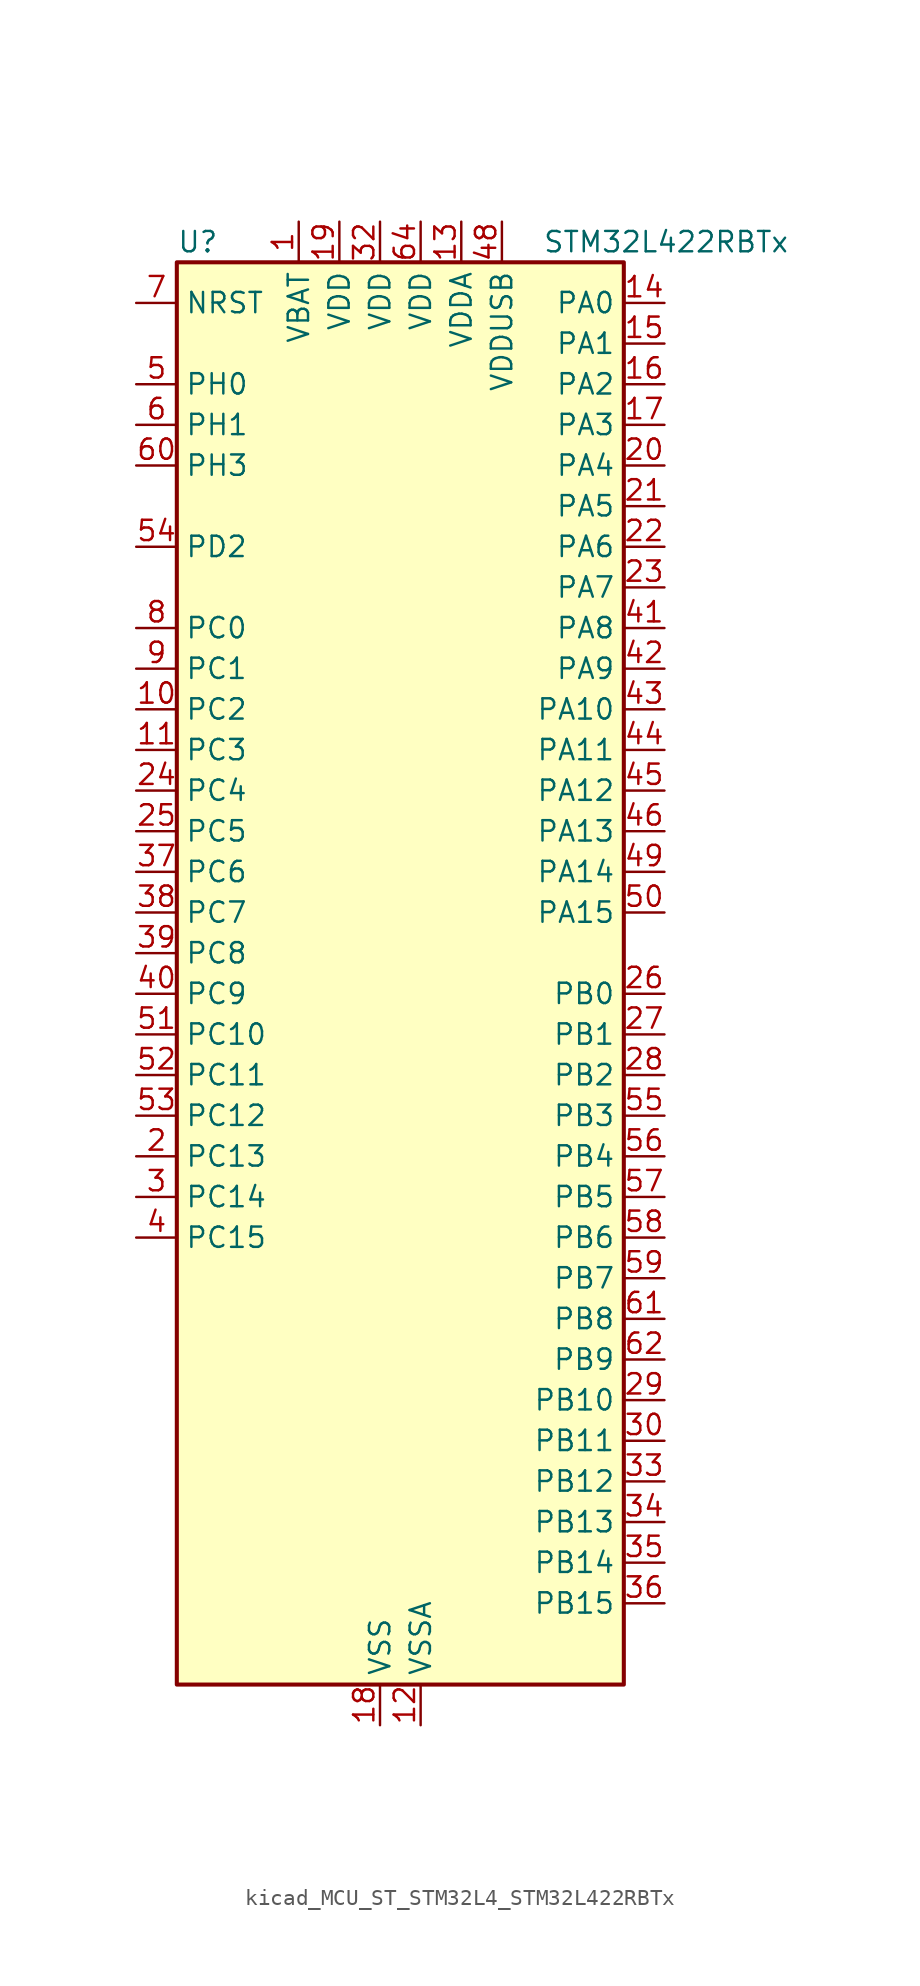
<source format=kicad_sym>
(kicad_symbol_lib
  (version 20220914)
  (generator kicad_symbol_editor)
  (symbol "kicad_MCU_ST_STM32L4_STM32L422RBTx"
    (property "Reference" "U"
      (at -12.7 46.99 0)
      (effects (font (size 1.27 1.27)) (justify left)))
    (property "Value" "STM32L422RBTx"
      (at 10.16 46.99 0)
      (effects (font (size 1.27 1.27)) (justify left)))
    (property "ki_locked" ""
      (at 0 0 0)
      (effects (font (size 1.27 1.27))))
    (symbol "kicad_MCU_ST_STM32L4_STM32L422RBTx_0_1"
      (rectangle (start -12.7 -43.18) (end 15.24 45.72) (stroke (width 0.254) (type default)) (fill (type background))))
    (symbol "kicad_MCU_ST_STM32L4_STM32L422RBTx_1_1"
      (pin power_in line (at -5.08 48.26 270) (length 2.54) (name "VBAT" (effects (font (size 1.27 1.27)))) (number "1" (effects (font (size 1.27 1.27)))))
      (pin bidirectional line (at -15.24 17.78 0) (length 2.54) (name "PC2" (effects (font (size 1.27 1.27)))) (number "10" (effects (font (size 1.27 1.27)))) (alternate "ADC1_IN3" bidirectional line) (alternate "ADC2_IN3" bidirectional line) (alternate "LPTIM1_IN2" bidirectional line) (alternate "SPI2_MISO" bidirectional line))
      (pin bidirectional line (at -15.24 15.24 0) (length 2.54) (name "PC3" (effects (font (size 1.27 1.27)))) (number "11" (effects (font (size 1.27 1.27)))) (alternate "ADC1_IN4" bidirectional line) (alternate "ADC2_IN4" bidirectional line) (alternate "LPTIM1_ETR" bidirectional line) (alternate "LPTIM2_ETR" bidirectional line) (alternate "SPI2_MOSI" bidirectional line))
      (pin power_in line (at 2.54 -45.72 90) (length 2.54) (name "VSSA" (effects (font (size 1.27 1.27)))) (number "12" (effects (font (size 1.27 1.27)))))
      (pin power_in line (at 5.08 48.26 270) (length 2.54) (name "VDDA" (effects (font (size 1.27 1.27)))) (number "13" (effects (font (size 1.27 1.27)))))
      (pin bidirectional line (at 17.78 43.18 180) (length 2.54) (name "PA0" (effects (font (size 1.27 1.27)))) (number "14" (effects (font (size 1.27 1.27)))) (alternate "ADC1_IN5" bidirectional line) (alternate "COMP1_INM" bidirectional line) (alternate "COMP1_OUT" bidirectional line) (alternate "OPAMP1_VINP" bidirectional line) (alternate "RTC_TAMP2" bidirectional line) (alternate "SYS_WKUP1" bidirectional line) (alternate "TIM2_CH1" bidirectional line) (alternate "TIM2_ETR" bidirectional line) (alternate "USART2_CTS" bidirectional line))
      (pin bidirectional line (at 17.78 40.64 180) (length 2.54) (name "PA1" (effects (font (size 1.27 1.27)))) (number "15" (effects (font (size 1.27 1.27)))) (alternate "ADC1_IN6" bidirectional line) (alternate "COMP1_INP" bidirectional line) (alternate "I2C1_SMBA" bidirectional line) (alternate "OPAMP1_VINM" bidirectional line) (alternate "SPI1_SCK" bidirectional line) (alternate "TIM15_CH1N" bidirectional line) (alternate "TIM2_CH2" bidirectional line) (alternate "USART2_DE" bidirectional line) (alternate "USART2_RTS" bidirectional line))
      (pin bidirectional line (at 17.78 38.1 180) (length 2.54) (name "PA2" (effects (font (size 1.27 1.27)))) (number "16" (effects (font (size 1.27 1.27)))) (alternate "ADC1_IN7" bidirectional line) (alternate "ADC2_IN7" bidirectional line) (alternate "LPUART1_TX" bidirectional line) (alternate "QUADSPI_BK1_NCS" bidirectional line) (alternate "RCC_LSCO" bidirectional line) (alternate "SYS_WKUP4" bidirectional line) (alternate "TIM15_CH1" bidirectional line) (alternate "TIM2_CH3" bidirectional line) (alternate "USART2_TX" bidirectional line))
      (pin bidirectional line (at 17.78 35.56 180) (length 2.54) (name "PA3" (effects (font (size 1.27 1.27)))) (number "17" (effects (font (size 1.27 1.27)))) (alternate "ADC1_IN8" bidirectional line) (alternate "ADC2_IN8" bidirectional line) (alternate "LPUART1_RX" bidirectional line) (alternate "OPAMP1_VOUT" bidirectional line) (alternate "QUADSPI_CLK" bidirectional line) (alternate "TIM15_CH2" bidirectional line) (alternate "TIM2_CH4" bidirectional line) (alternate "USART2_RX" bidirectional line))
      (pin power_in line (at 0 -45.72 90) (length 2.54) (name "VSS" (effects (font (size 1.27 1.27)))) (number "18" (effects (font (size 1.27 1.27)))))
      (pin power_in line (at -2.54 48.26 270) (length 2.54) (name "VDD" (effects (font (size 1.27 1.27)))) (number "19" (effects (font (size 1.27 1.27)))))
      (pin bidirectional line (at -15.24 -10.16 0) (length 2.54) (name "PC13" (effects (font (size 1.27 1.27)))) (number "2" (effects (font (size 1.27 1.27)))) (alternate "RTC_OUT_ALARM" bidirectional line) (alternate "RTC_OUT_CALIB" bidirectional line) (alternate "RTC_TAMP1" bidirectional line) (alternate "RTC_TS" bidirectional line) (alternate "SYS_WKUP2" bidirectional line))
      (pin bidirectional line (at 17.78 33.02 180) (length 2.54) (name "PA4" (effects (font (size 1.27 1.27)))) (number "20" (effects (font (size 1.27 1.27)))) (alternate "ADC1_IN9" bidirectional line) (alternate "ADC2_IN9" bidirectional line) (alternate "COMP1_INM" bidirectional line) (alternate "LPTIM2_OUT" bidirectional line) (alternate "SPI1_NSS" bidirectional line) (alternate "USART2_CK" bidirectional line))
      (pin bidirectional line (at 17.78 30.48 180) (length 2.54) (name "PA5" (effects (font (size 1.27 1.27)))) (number "21" (effects (font (size 1.27 1.27)))) (alternate "ADC1_IN10" bidirectional line) (alternate "ADC2_IN10" bidirectional line) (alternate "COMP1_INM" bidirectional line) (alternate "LPTIM2_ETR" bidirectional line) (alternate "SPI1_SCK" bidirectional line) (alternate "TIM2_CH1" bidirectional line) (alternate "TIM2_ETR" bidirectional line))
      (pin bidirectional line (at 17.78 27.94 180) (length 2.54) (name "PA6" (effects (font (size 1.27 1.27)))) (number "22" (effects (font (size 1.27 1.27)))) (alternate "ADC1_IN11" bidirectional line) (alternate "ADC2_IN11" bidirectional line) (alternate "COMP1_OUT" bidirectional line) (alternate "LPUART1_CTS" bidirectional line) (alternate "QUADSPI_BK1_IO3" bidirectional line) (alternate "SPI1_MISO" bidirectional line) (alternate "TIM16_CH1" bidirectional line) (alternate "TIM1_BKIN" bidirectional line) (alternate "USART3_CTS" bidirectional line))
      (pin bidirectional line (at 17.78 25.4 180) (length 2.54) (name "PA7" (effects (font (size 1.27 1.27)))) (number "23" (effects (font (size 1.27 1.27)))) (alternate "ADC1_IN12" bidirectional line) (alternate "ADC2_IN12" bidirectional line) (alternate "I2C3_SCL" bidirectional line) (alternate "QUADSPI_BK1_IO2" bidirectional line) (alternate "SPI1_MOSI" bidirectional line) (alternate "TIM1_CH1N" bidirectional line))
      (pin bidirectional line (at -15.24 12.7 0) (length 2.54) (name "PC4" (effects (font (size 1.27 1.27)))) (number "24" (effects (font (size 1.27 1.27)))) (alternate "ADC1_IN13" bidirectional line) (alternate "ADC2_IN13" bidirectional line) (alternate "COMP1_INM" bidirectional line) (alternate "USART3_TX" bidirectional line))
      (pin bidirectional line (at -15.24 10.16 0) (length 2.54) (name "PC5" (effects (font (size 1.27 1.27)))) (number "25" (effects (font (size 1.27 1.27)))) (alternate "ADC1_IN14" bidirectional line) (alternate "ADC2_IN14" bidirectional line) (alternate "COMP1_INP" bidirectional line) (alternate "SYS_WKUP5" bidirectional line) (alternate "USART3_RX" bidirectional line))
      (pin bidirectional line (at 17.78 0 180) (length 2.54) (name "PB0" (effects (font (size 1.27 1.27)))) (number "26" (effects (font (size 1.27 1.27)))) (alternate "ADC1_IN15" bidirectional line) (alternate "ADC2_IN15" bidirectional line) (alternate "COMP1_OUT" bidirectional line) (alternate "QUADSPI_BK1_IO1" bidirectional line) (alternate "SPI1_NSS" bidirectional line) (alternate "SYS_TRACED0" bidirectional line) (alternate "TIM1_CH2N" bidirectional line) (alternate "USART3_CK" bidirectional line))
      (pin bidirectional line (at 17.78 -2.54 180) (length 2.54) (name "PB1" (effects (font (size 1.27 1.27)))) (number "27" (effects (font (size 1.27 1.27)))) (alternate "ADC1_IN16" bidirectional line) (alternate "ADC2_IN16" bidirectional line) (alternate "COMP1_INM" bidirectional line) (alternate "LPTIM2_IN1" bidirectional line) (alternate "LPUART1_DE" bidirectional line) (alternate "LPUART1_RTS" bidirectional line) (alternate "QUADSPI_BK1_IO0" bidirectional line) (alternate "SYS_TRACED1" bidirectional line) (alternate "TIM1_CH3N" bidirectional line) (alternate "USART3_DE" bidirectional line) (alternate "USART3_RTS" bidirectional line))
      (pin bidirectional line (at 17.78 -5.08 180) (length 2.54) (name "PB2" (effects (font (size 1.27 1.27)))) (number "28" (effects (font (size 1.27 1.27)))) (alternate "COMP1_INP" bidirectional line) (alternate "I2C3_SMBA" bidirectional line) (alternate "LPTIM1_OUT" bidirectional line) (alternate "RTC_OUT_ALARM" bidirectional line) (alternate "RTC_OUT_CALIB" bidirectional line))
      (pin bidirectional line (at 17.78 -25.4 180) (length 2.54) (name "PB10" (effects (font (size 1.27 1.27)))) (number "29" (effects (font (size 1.27 1.27)))) (alternate "COMP1_OUT" bidirectional line) (alternate "I2C2_SCL" bidirectional line) (alternate "LPUART1_RX" bidirectional line) (alternate "QUADSPI_CLK" bidirectional line) (alternate "SPI2_SCK" bidirectional line) (alternate "TIM2_CH3" bidirectional line) (alternate "TSC_SYNC" bidirectional line) (alternate "USART3_TX" bidirectional line))
      (pin bidirectional line (at -15.24 -12.7 0) (length 2.54) (name "PC14" (effects (font (size 1.27 1.27)))) (number "3" (effects (font (size 1.27 1.27)))) (alternate "RCC_OSC32_IN" bidirectional line))
      (pin bidirectional line (at 17.78 -27.94 180) (length 2.54) (name "PB11" (effects (font (size 1.27 1.27)))) (number "30" (effects (font (size 1.27 1.27)))) (alternate "ADC1_EXTI11" bidirectional line) (alternate "ADC2_EXTI11" bidirectional line) (alternate "I2C2_SDA" bidirectional line) (alternate "LPUART1_TX" bidirectional line) (alternate "QUADSPI_BK1_NCS" bidirectional line) (alternate "TIM2_CH4" bidirectional line) (alternate "USART3_RX" bidirectional line))
      (pin passive line (at 0 -45.72 90) (length 2.54) hide (name "VSS" (effects (font (size 1.27 1.27)))) (number "31" (effects (font (size 1.27 1.27)))))
      (pin power_in line (at 0 48.26 270) (length 2.54) (name "VDD" (effects (font (size 1.27 1.27)))) (number "32" (effects (font (size 1.27 1.27)))))
      (pin bidirectional line (at 17.78 -30.48 180) (length 2.54) (name "PB12" (effects (font (size 1.27 1.27)))) (number "33" (effects (font (size 1.27 1.27)))) (alternate "I2C2_SMBA" bidirectional line) (alternate "LPUART1_DE" bidirectional line) (alternate "LPUART1_RTS" bidirectional line) (alternate "SPI2_NSS" bidirectional line) (alternate "TIM15_BKIN" bidirectional line) (alternate "TIM1_BKIN" bidirectional line) (alternate "TSC_G1_IO1" bidirectional line) (alternate "USART3_CK" bidirectional line))
      (pin bidirectional line (at 17.78 -33.02 180) (length 2.54) (name "PB13" (effects (font (size 1.27 1.27)))) (number "34" (effects (font (size 1.27 1.27)))) (alternate "I2C2_SCL" bidirectional line) (alternate "LPUART1_CTS" bidirectional line) (alternate "SPI2_SCK" bidirectional line) (alternate "TIM15_CH1N" bidirectional line) (alternate "TIM1_CH1N" bidirectional line) (alternate "TSC_G1_IO2" bidirectional line) (alternate "USART3_CTS" bidirectional line))
      (pin bidirectional line (at 17.78 -35.56 180) (length 2.54) (name "PB14" (effects (font (size 1.27 1.27)))) (number "35" (effects (font (size 1.27 1.27)))) (alternate "I2C2_SDA" bidirectional line) (alternate "SPI2_MISO" bidirectional line) (alternate "TIM15_CH1" bidirectional line) (alternate "TIM1_CH2N" bidirectional line) (alternate "TSC_G1_IO3" bidirectional line) (alternate "USART3_DE" bidirectional line) (alternate "USART3_RTS" bidirectional line))
      (pin bidirectional line (at 17.78 -38.1 180) (length 2.54) (name "PB15" (effects (font (size 1.27 1.27)))) (number "36" (effects (font (size 1.27 1.27)))) (alternate "ADC1_EXTI15" bidirectional line) (alternate "ADC2_EXTI15" bidirectional line) (alternate "RTC_REFIN" bidirectional line) (alternate "SPI2_MOSI" bidirectional line) (alternate "TIM15_CH2" bidirectional line) (alternate "TIM1_CH3N" bidirectional line) (alternate "TSC_G1_IO4" bidirectional line))
      (pin bidirectional line (at -15.24 7.62 0) (length 2.54) (name "PC6" (effects (font (size 1.27 1.27)))) (number "37" (effects (font (size 1.27 1.27)))) (alternate "TSC_G4_IO1" bidirectional line))
      (pin bidirectional line (at -15.24 5.08 0) (length 2.54) (name "PC7" (effects (font (size 1.27 1.27)))) (number "38" (effects (font (size 1.27 1.27)))) (alternate "TSC_G4_IO2" bidirectional line))
      (pin bidirectional line (at -15.24 2.54 0) (length 2.54) (name "PC8" (effects (font (size 1.27 1.27)))) (number "39" (effects (font (size 1.27 1.27)))) (alternate "TSC_G4_IO3" bidirectional line))
      (pin bidirectional line (at -15.24 -15.24 0) (length 2.54) (name "PC15" (effects (font (size 1.27 1.27)))) (number "4" (effects (font (size 1.27 1.27)))) (alternate "ADC1_EXTI15" bidirectional line) (alternate "ADC2_EXTI15" bidirectional line) (alternate "RCC_OSC32_OUT" bidirectional line))
      (pin bidirectional line (at -15.24 0 0) (length 2.54) (name "PC9" (effects (font (size 1.27 1.27)))) (number "40" (effects (font (size 1.27 1.27)))) (alternate "TSC_G4_IO4" bidirectional line) (alternate "USB_NOE" bidirectional line))
      (pin bidirectional line (at 17.78 22.86 180) (length 2.54) (name "PA8" (effects (font (size 1.27 1.27)))) (number "41" (effects (font (size 1.27 1.27)))) (alternate "LPTIM2_OUT" bidirectional line) (alternate "RCC_MCO" bidirectional line) (alternate "TIM1_CH1" bidirectional line) (alternate "USART1_CK" bidirectional line))
      (pin bidirectional line (at 17.78 20.32 180) (length 2.54) (name "PA9" (effects (font (size 1.27 1.27)))) (number "42" (effects (font (size 1.27 1.27)))) (alternate "I2C1_SCL" bidirectional line) (alternate "TIM15_BKIN" bidirectional line) (alternate "TIM1_CH2" bidirectional line) (alternate "USART1_TX" bidirectional line))
      (pin bidirectional line (at 17.78 17.78 180) (length 2.54) (name "PA10" (effects (font (size 1.27 1.27)))) (number "43" (effects (font (size 1.27 1.27)))) (alternate "CRS_SYNC" bidirectional line) (alternate "I2C1_SDA" bidirectional line) (alternate "TIM1_CH3" bidirectional line) (alternate "USART1_RX" bidirectional line))
      (pin bidirectional line (at 17.78 15.24 180) (length 2.54) (name "PA11" (effects (font (size 1.27 1.27)))) (number "44" (effects (font (size 1.27 1.27)))) (alternate "ADC1_EXTI11" bidirectional line) (alternate "ADC2_EXTI11" bidirectional line) (alternate "COMP1_OUT" bidirectional line) (alternate "SPI1_MISO" bidirectional line) (alternate "TIM1_BKIN2" bidirectional line) (alternate "TIM1_BKIN2_COMP1" bidirectional line) (alternate "TIM1_CH4" bidirectional line) (alternate "USART1_CTS" bidirectional line) (alternate "USB_DM" bidirectional line))
      (pin bidirectional line (at 17.78 12.7 180) (length 2.54) (name "PA12" (effects (font (size 1.27 1.27)))) (number "45" (effects (font (size 1.27 1.27)))) (alternate "SPI1_MOSI" bidirectional line) (alternate "TIM1_ETR" bidirectional line) (alternate "USART1_DE" bidirectional line) (alternate "USART1_RTS" bidirectional line) (alternate "USB_DP" bidirectional line))
      (pin bidirectional line (at 17.78 10.16 180) (length 2.54) (name "PA13" (effects (font (size 1.27 1.27)))) (number "46" (effects (font (size 1.27 1.27)))) (alternate "IR_OUT" bidirectional line) (alternate "SYS_JTMS-SWDIO" bidirectional line) (alternate "USB_NOE" bidirectional line))
      (pin passive line (at 0 -45.72 90) (length 2.54) hide (name "VSS" (effects (font (size 1.27 1.27)))) (number "47" (effects (font (size 1.27 1.27)))))
      (pin power_in line (at 7.62 48.26 270) (length 2.54) (name "VDDUSB" (effects (font (size 1.27 1.27)))) (number "48" (effects (font (size 1.27 1.27)))))
      (pin bidirectional line (at 17.78 7.62 180) (length 2.54) (name "PA14" (effects (font (size 1.27 1.27)))) (number "49" (effects (font (size 1.27 1.27)))) (alternate "I2C1_SMBA" bidirectional line) (alternate "LPTIM1_OUT" bidirectional line) (alternate "SYS_JTCK-SWCLK" bidirectional line))
      (pin bidirectional line (at -15.24 38.1 0) (length 2.54) (name "PH0" (effects (font (size 1.27 1.27)))) (number "5" (effects (font (size 1.27 1.27)))) (alternate "RCC_OSC_IN" bidirectional line))
      (pin bidirectional line (at 17.78 5.08 180) (length 2.54) (name "PA15" (effects (font (size 1.27 1.27)))) (number "50" (effects (font (size 1.27 1.27)))) (alternate "ADC1_EXTI15" bidirectional line) (alternate "ADC2_EXTI15" bidirectional line) (alternate "SPI1_NSS" bidirectional line) (alternate "SYS_JTDI" bidirectional line) (alternate "TIM2_CH1" bidirectional line) (alternate "TIM2_ETR" bidirectional line) (alternate "TSC_G3_IO1" bidirectional line) (alternate "USART2_RX" bidirectional line) (alternate "USART3_DE" bidirectional line) (alternate "USART3_RTS" bidirectional line))
      (pin bidirectional line (at -15.24 -2.54 0) (length 2.54) (name "PC10" (effects (font (size 1.27 1.27)))) (number "51" (effects (font (size 1.27 1.27)))) (alternate "SYS_TRACED1" bidirectional line) (alternate "TSC_G3_IO2" bidirectional line) (alternate "USART3_TX" bidirectional line))
      (pin bidirectional line (at -15.24 -5.08 0) (length 2.54) (name "PC11" (effects (font (size 1.27 1.27)))) (number "52" (effects (font (size 1.27 1.27)))) (alternate "ADC1_EXTI11" bidirectional line) (alternate "ADC2_EXTI11" bidirectional line) (alternate "TSC_G3_IO3" bidirectional line) (alternate "USART3_RX" bidirectional line))
      (pin bidirectional line (at -15.24 -7.62 0) (length 2.54) (name "PC12" (effects (font (size 1.27 1.27)))) (number "53" (effects (font (size 1.27 1.27)))) (alternate "SYS_TRACED3" bidirectional line) (alternate "TSC_G3_IO4" bidirectional line) (alternate "USART3_CK" bidirectional line))
      (pin bidirectional line (at -15.24 27.94 0) (length 2.54) (name "PD2" (effects (font (size 1.27 1.27)))) (number "54" (effects (font (size 1.27 1.27)))) (alternate "SYS_TRACED2" bidirectional line) (alternate "TSC_SYNC" bidirectional line) (alternate "USART3_DE" bidirectional line) (alternate "USART3_RTS" bidirectional line))
      (pin bidirectional line (at 17.78 -7.62 180) (length 2.54) (name "PB3" (effects (font (size 1.27 1.27)))) (number "55" (effects (font (size 1.27 1.27)))) (alternate "SPI1_SCK" bidirectional line) (alternate "SYS_JTDO-SWO" bidirectional line) (alternate "TIM2_CH2" bidirectional line) (alternate "USART1_DE" bidirectional line) (alternate "USART1_RTS" bidirectional line))
      (pin bidirectional line (at 17.78 -10.16 180) (length 2.54) (name "PB4" (effects (font (size 1.27 1.27)))) (number "56" (effects (font (size 1.27 1.27)))) (alternate "I2C3_SDA" bidirectional line) (alternate "SPI1_MISO" bidirectional line) (alternate "SYS_JTRST" bidirectional line) (alternate "TSC_G2_IO1" bidirectional line) (alternate "USART1_CTS" bidirectional line))
      (pin bidirectional line (at 17.78 -12.7 180) (length 2.54) (name "PB5" (effects (font (size 1.27 1.27)))) (number "57" (effects (font (size 1.27 1.27)))) (alternate "I2C1_SMBA" bidirectional line) (alternate "LPTIM1_IN1" bidirectional line) (alternate "SPI1_MOSI" bidirectional line) (alternate "SYS_TRACED2" bidirectional line) (alternate "TIM16_BKIN" bidirectional line) (alternate "TSC_G2_IO2" bidirectional line) (alternate "USART1_CK" bidirectional line))
      (pin bidirectional line (at 17.78 -15.24 180) (length 2.54) (name "PB6" (effects (font (size 1.27 1.27)))) (number "58" (effects (font (size 1.27 1.27)))) (alternate "I2C1_SCL" bidirectional line) (alternate "LPTIM1_ETR" bidirectional line) (alternate "SYS_TRACED3" bidirectional line) (alternate "TIM16_CH1N" bidirectional line) (alternate "TSC_G2_IO3" bidirectional line) (alternate "USART1_TX" bidirectional line))
      (pin bidirectional line (at 17.78 -17.78 180) (length 2.54) (name "PB7" (effects (font (size 1.27 1.27)))) (number "59" (effects (font (size 1.27 1.27)))) (alternate "I2C1_SDA" bidirectional line) (alternate "LPTIM1_IN2" bidirectional line) (alternate "SYS_PVD_IN" bidirectional line) (alternate "SYS_TRACECLK" bidirectional line) (alternate "TSC_G2_IO4" bidirectional line) (alternate "USART1_RX" bidirectional line))
      (pin bidirectional line (at -15.24 35.56 0) (length 2.54) (name "PH1" (effects (font (size 1.27 1.27)))) (number "6" (effects (font (size 1.27 1.27)))) (alternate "RCC_OSC_OUT" bidirectional line))
      (pin bidirectional line (at -15.24 33.02 0) (length 2.54) (name "PH3" (effects (font (size 1.27 1.27)))) (number "60" (effects (font (size 1.27 1.27)))))
      (pin bidirectional line (at 17.78 -20.32 180) (length 2.54) (name "PB8" (effects (font (size 1.27 1.27)))) (number "61" (effects (font (size 1.27 1.27)))) (alternate "I2C1_SCL" bidirectional line) (alternate "TIM16_CH1" bidirectional line))
      (pin bidirectional line (at 17.78 -22.86 180) (length 2.54) (name "PB9" (effects (font (size 1.27 1.27)))) (number "62" (effects (font (size 1.27 1.27)))) (alternate "I2C1_SDA" bidirectional line) (alternate "IR_OUT" bidirectional line) (alternate "SPI2_NSS" bidirectional line))
      (pin passive line (at 0 -45.72 90) (length 2.54) hide (name "VSS" (effects (font (size 1.27 1.27)))) (number "63" (effects (font (size 1.27 1.27)))))
      (pin power_in line (at 2.54 48.26 270) (length 2.54) (name "VDD" (effects (font (size 1.27 1.27)))) (number "64" (effects (font (size 1.27 1.27)))))
      (pin input line (at -15.24 43.18 0) (length 2.54) (name "NRST" (effects (font (size 1.27 1.27)))) (number "7" (effects (font (size 1.27 1.27)))))
      (pin bidirectional line (at -15.24 22.86 0) (length 2.54) (name "PC0" (effects (font (size 1.27 1.27)))) (number "8" (effects (font (size 1.27 1.27)))) (alternate "ADC1_IN1" bidirectional line) (alternate "ADC2_IN1" bidirectional line) (alternate "I2C3_SCL" bidirectional line) (alternate "LPTIM1_IN1" bidirectional line) (alternate "LPTIM2_IN1" bidirectional line) (alternate "LPUART1_RX" bidirectional line) (alternate "SYS_TRACECLK" bidirectional line))
      (pin bidirectional line (at -15.24 20.32 0) (length 2.54) (name "PC1" (effects (font (size 1.27 1.27)))) (number "9" (effects (font (size 1.27 1.27)))) (alternate "ADC1_IN2" bidirectional line) (alternate "ADC2_IN2" bidirectional line) (alternate "I2C3_SDA" bidirectional line) (alternate "LPTIM1_OUT" bidirectional line) (alternate "LPUART1_TX" bidirectional line) (alternate "SYS_TRACED0" bidirectional line)))))
</source>
